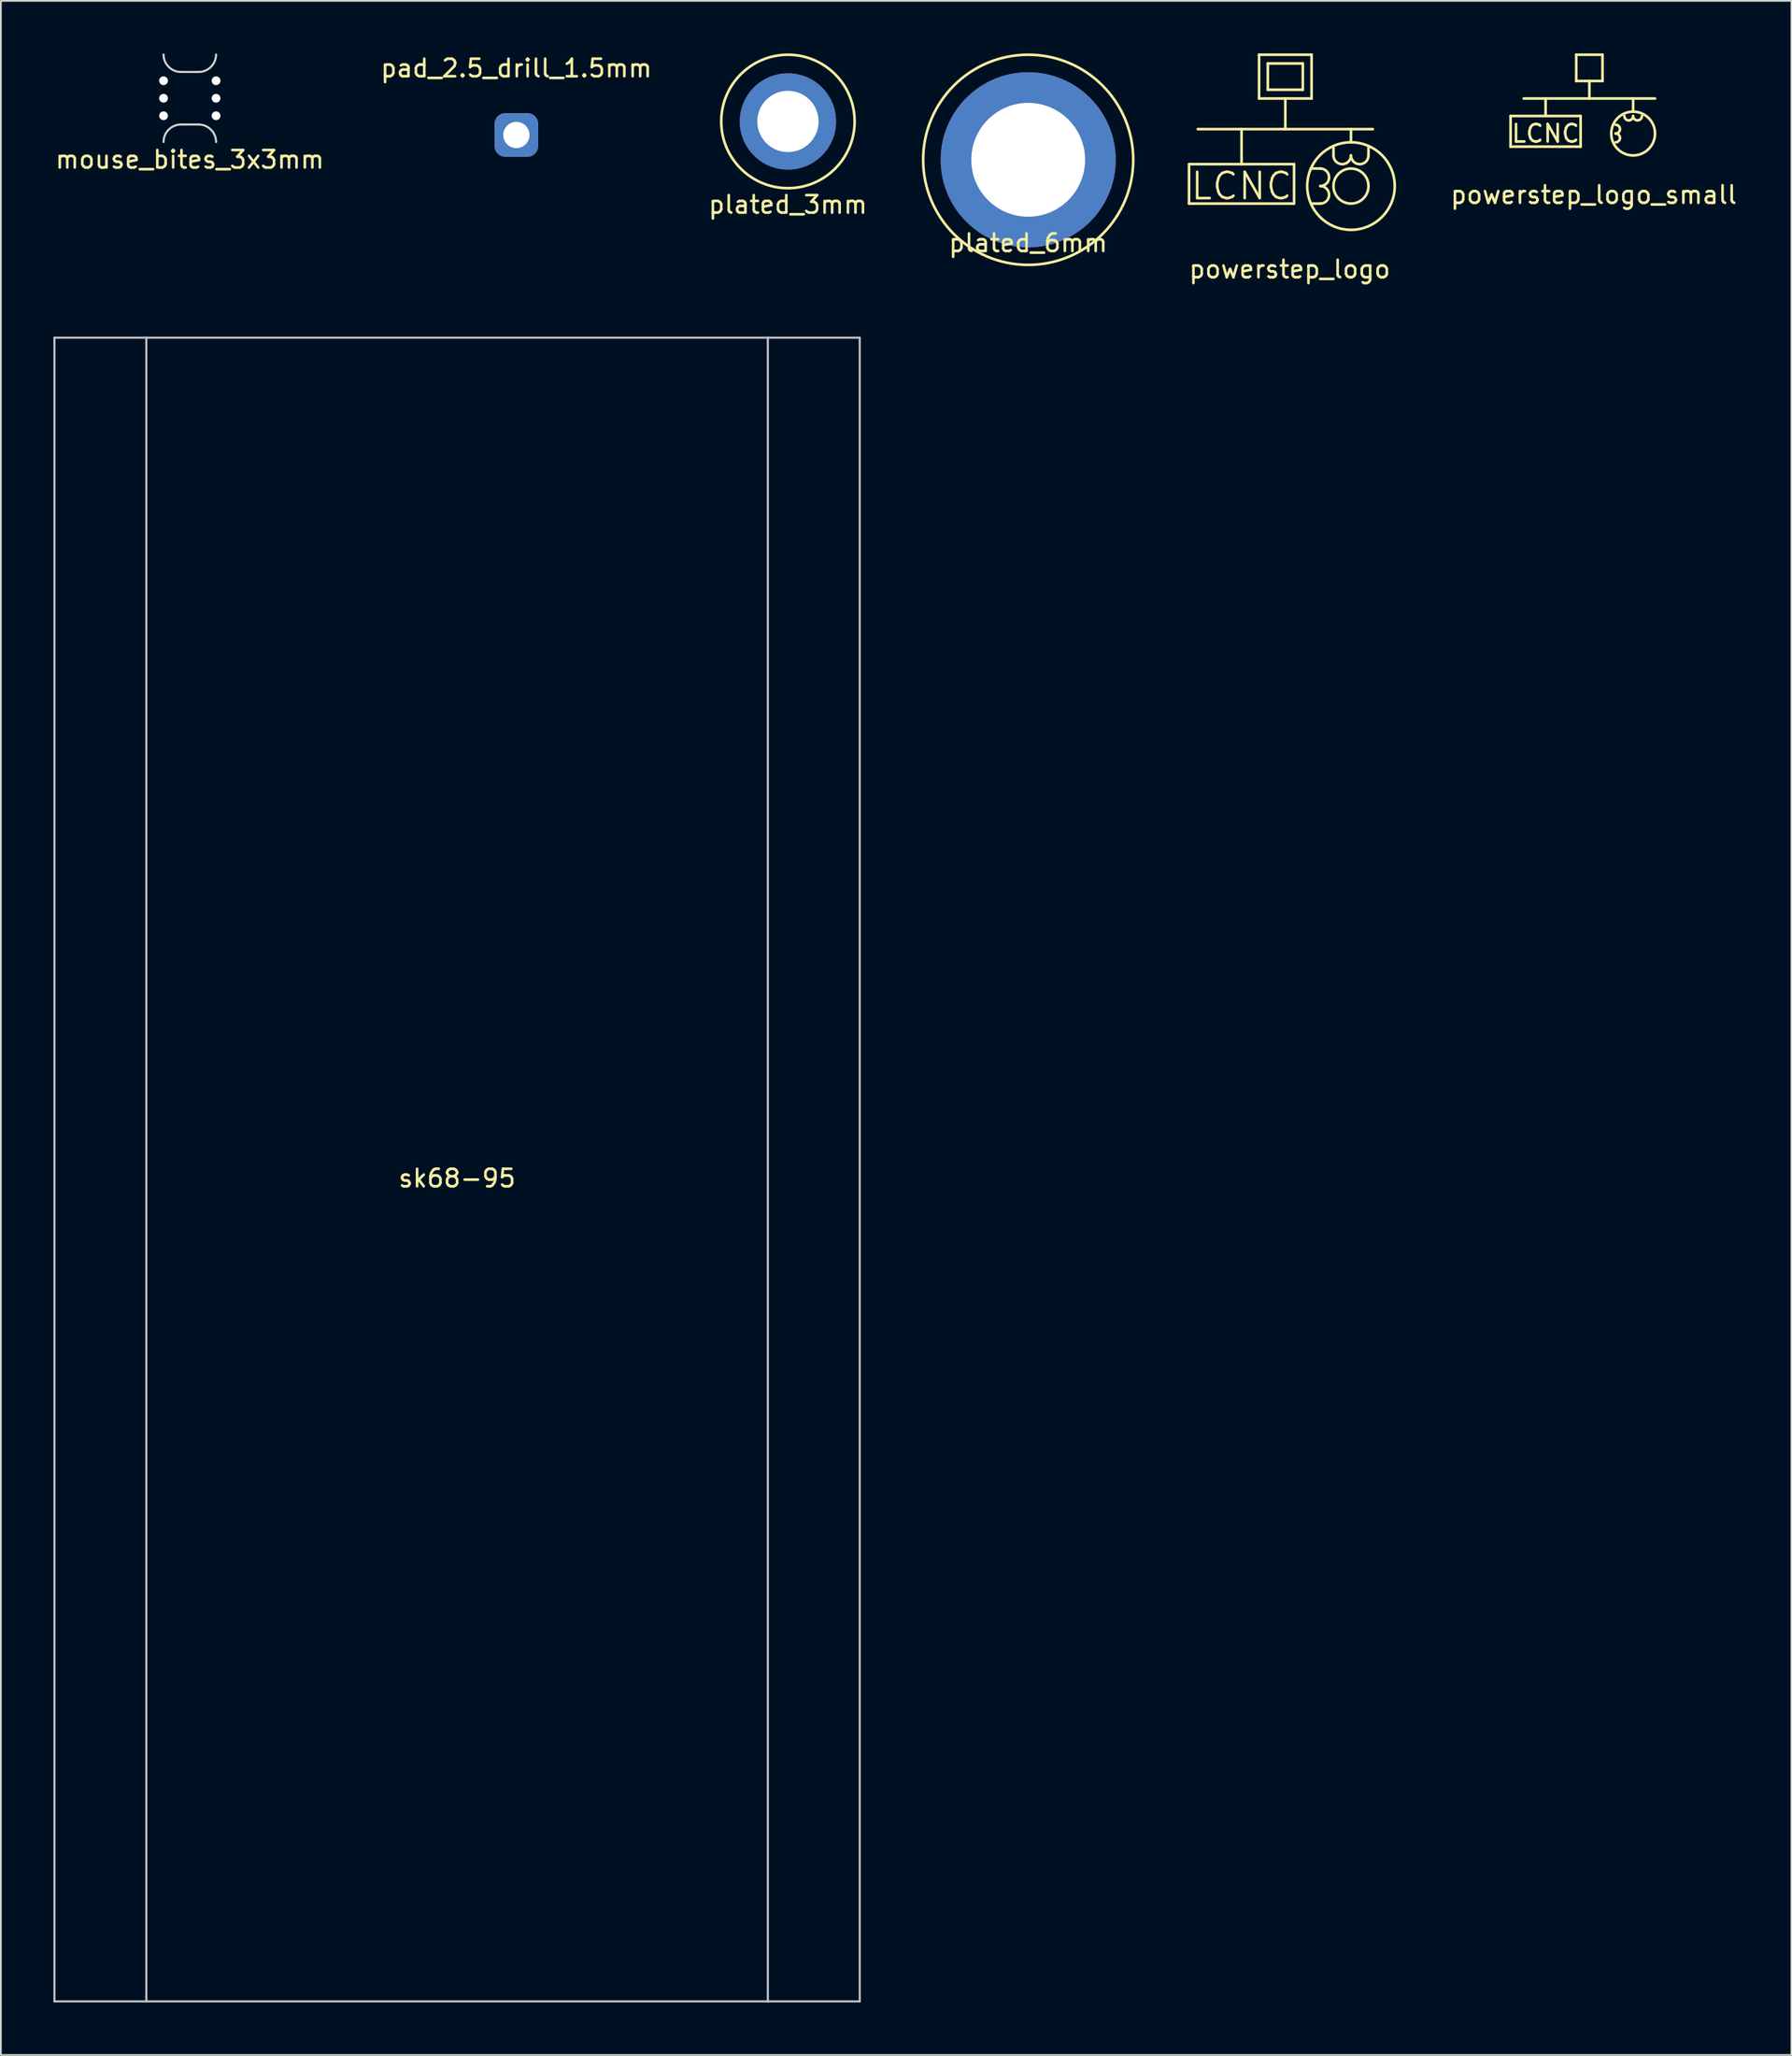
<source format=kicad_pcb>
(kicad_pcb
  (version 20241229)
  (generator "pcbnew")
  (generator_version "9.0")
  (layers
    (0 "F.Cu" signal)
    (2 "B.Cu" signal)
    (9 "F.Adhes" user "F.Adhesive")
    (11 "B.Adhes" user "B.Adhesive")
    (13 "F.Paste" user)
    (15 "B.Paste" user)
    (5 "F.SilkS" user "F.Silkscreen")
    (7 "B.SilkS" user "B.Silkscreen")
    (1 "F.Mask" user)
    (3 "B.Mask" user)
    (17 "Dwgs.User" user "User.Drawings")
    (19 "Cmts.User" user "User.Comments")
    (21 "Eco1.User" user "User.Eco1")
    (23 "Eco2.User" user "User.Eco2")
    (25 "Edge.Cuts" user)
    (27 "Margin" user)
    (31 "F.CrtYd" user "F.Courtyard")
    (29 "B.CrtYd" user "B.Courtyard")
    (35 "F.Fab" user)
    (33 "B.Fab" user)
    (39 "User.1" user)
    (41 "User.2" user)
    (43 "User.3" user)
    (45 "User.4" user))
  (footprint "powerstep_logo"
    (layer "F.Cu")
    (at 70.37 4.325)
    (property "Reference" "powerstep_logo" (at 0.25 8 0) (layer "F.SilkS") (effects (font (size 1 1) (thickness 0.15))))
    (attr through_hole)
    (fp_line (start -5.5 2) (end 0.5 2) (stroke (width 0.15) (type solid)) (layer "F.SilkS"))
    (fp_line (start -5.5 4.25) (end -5.5 2) (stroke (width 0.15) (type solid)) (layer "F.SilkS"))
    (fp_line (start -2.5 2) (end -2.5 0) (stroke (width 0.15) (type solid)) (layer "F.SilkS"))
    (fp_line (start -1.5 -4.25) (end -1.5 -1.75) (stroke (width 0.15) (type solid)) (layer "F.SilkS"))
    (fp_line (start -1.5 -1.75) (end 1.5 -1.75) (stroke (width 0.15) (type solid)) (layer "F.SilkS"))
    (fp_line (start -1 -3.75) (end -1 -2.25) (stroke (width 0.15) (type solid)) (layer "F.SilkS"))
    (fp_line (start -1 -2.25) (end 1 -2.25) (stroke (width 0.15) (type solid)) (layer "F.SilkS"))
    (fp_line (start 0 0) (end 0 -1.75) (stroke (width 0.15) (type solid)) (layer "F.SilkS"))
    (fp_line (start 0.5 2) (end 0.5 4.25) (stroke (width 0.15) (type solid)) (layer "F.SilkS"))
    (fp_line (start 0.5 4.25) (end -5.5 4.25) (stroke (width 0.15) (type solid)) (layer "F.SilkS"))
    (fp_line (start 1 -3.75) (end -1 -3.75) (stroke (width 0.15) (type solid)) (layer "F.SilkS"))
    (fp_line (start 1 -2.25) (end 1 -3.75) (stroke (width 0.15) (type solid)) (layer "F.SilkS"))
    (fp_line (start 1.5 -4.25) (end -1.5 -4.25) (stroke (width 0.15) (type solid)) (layer "F.SilkS"))
    (fp_line (start 1.5 -1.75) (end 1.5 -4.25) (stroke (width 0.15) (type solid)) (layer "F.SilkS"))
    (fp_line (start 2 2.25) (end 1.5 2.25) (stroke (width 0.15) (type solid)) (layer "F.SilkS"))
    (fp_line (start 2 4.25) (end 1.5 4.25) (stroke (width 0.15) (type solid)) (layer "F.SilkS"))
    (fp_line (start 2.75 1.5) (end 2.75 1) (stroke (width 0.15) (type solid)) (layer "F.SilkS"))
    (fp_line (start 3.75 0.75) (end 3.75 0) (stroke (width 0.15) (type solid)) (layer "F.SilkS"))
    (fp_line (start 4.75 1.5) (end 4.75 1) (stroke (width 0.15) (type solid)) (layer "F.SilkS"))
    (fp_line (start 5 0) (end -5 0) (stroke (width 0.15) (type solid)) (layer "F.SilkS"))
    (fp_arc (start 2 2.25) (mid 2.5 2.75) (end 2 3.25) (stroke (width 0.15) (type solid)) (layer "F.SilkS"))
    (fp_arc (start 2 3.25) (mid 2.5 3.75) (end 2 4.25) (stroke (width 0.15) (type solid)) (layer "F.SilkS"))
    (fp_arc (start 3.75 1.5) (mid 3.25 2) (end 2.75 1.5) (stroke (width 0.15) (type solid)) (layer "F.SilkS"))
    (fp_arc (start 4.75 1.5) (mid 4.25 2) (end 3.75 1.5) (stroke (width 0.15) (type solid)) (layer "F.SilkS"))
    (fp_circle (center 3.75 3.25) (end 3.75 2.25) (stroke (width 0.15) (type solid)) (fill no) (layer "F.SilkS"))
    (fp_circle (center 3.75 3.25) (end 6.25 3.25) (stroke (width 0.15) (type solid)) (fill no) (layer "F.SilkS"))
    (fp_text user "LCNC" (at -2.5 3.25 0) (layer "F.SilkS") (effects (font (size 1.5 1.5) (thickness 0.15)))))
  (footprint "plated_6mm"
    (layer "F.Cu")
    (at 55.682 6.075)
    (property "Reference" "plated_6mm" (at 0 4.75 0) (layer "F.SilkS") (effects (font (size 1 1) (thickness 0.15))))
    (fp_circle (center 0 0) (end 6 0) (stroke (width 0.15) (type solid)) (fill no) (layer "F.SilkS"))
    (pad "1" thru_hole circle (at 0 0) (size 10 10) (drill 6.5) (layers "*.Cu" "*.Mask")))
  (footprint "pad_2.5_drill_1.5mm"
    (layer "F.Cu")
    (at 26.446 4.658)
    (property "Reference" "pad_2.5_drill_1.5mm" (at 0 -3.81 0) (layer "F.SilkS") (effects (font (size 1 1) (thickness 0.15))))
    (attr through_hole)
    (pad "1" thru_hole circle (at 0 0) (size 2 2) (drill 1.5) (layers "*.Cu" "*.Mask"))
    (pad "1" smd roundrect (at 0 0) (size 2.5 2.5) (layers "F.Cu" "B.Mask") (roundrect_rratio 0.25))
    (pad "1" smd roundrect (at 0 0) (size 2.5 2.5) (layers "F.Mask" "B.Cu") (roundrect_rratio 0.25)))
  (footprint "powerstep_logo_small"
    (layer "F.Cu")
    (at 87.737 2.575)
    (property "Reference" "powerstep_logo_small" (at 0.25 5.5 0) (layer "F.SilkS") (effects (font (size 1 1) (thickness 0.15))))
    (attr through_hole)
    (fp_line (start -4.5 1) (end -0.5 1) (stroke (width 0.15) (type solid)) (layer "F.SilkS"))
    (fp_line (start -4.5 2.75) (end -4.5 1) (stroke (width 0.15) (type solid)) (layer "F.SilkS"))
    (fp_line (start -3.75 0) (end 3.75 0) (stroke (width 0.15) (type solid)) (layer "F.SilkS"))
    (fp_line (start -2.5 1) (end -2.5 0) (stroke (width 0.15) (type solid)) (layer "F.SilkS"))
    (fp_line (start -0.75 -2.5) (end 0.75 -2.5) (stroke (width 0.15) (type solid)) (layer "F.SilkS"))
    (fp_line (start -0.75 -1) (end -0.75 -2.5) (stroke (width 0.15) (type solid)) (layer "F.SilkS"))
    (fp_line (start -0.5 1) (end -0.5 2.75) (stroke (width 0.15) (type solid)) (layer "F.SilkS"))
    (fp_line (start -0.5 2.75) (end -4.5 2.75) (stroke (width 0.15) (type solid)) (layer "F.SilkS"))
    (fp_line (start 0 -1) (end 0 0) (stroke (width 0.15) (type solid)) (layer "F.SilkS"))
    (fp_line (start 0.75 -2.5) (end 0.75 -1) (stroke (width 0.15) (type solid)) (layer "F.SilkS"))
    (fp_line (start 0.75 -1) (end -0.75 -1) (stroke (width 0.15) (type solid)) (layer "F.SilkS"))
    (fp_line (start 2.5 0) (end 2.5 0.75) (stroke (width 0.15) (type solid)) (layer "F.SilkS"))
    (fp_arc (start 1.5 1.5) (mid 1.75 1.75) (end 1.5 2) (stroke (width 0.15) (type solid)) (layer "F.SilkS"))
    (fp_arc (start 1.5 2) (mid 1.75 2.25) (end 1.5 2.5) (stroke (width 0.15) (type solid)) (layer "F.SilkS"))
    (fp_arc (start 2.5 1) (mid 2.25 1.25) (end 2 1) (stroke (width 0.15) (type solid)) (layer "F.SilkS"))
    (fp_arc (start 3 1) (mid 2.75 1.25) (end 2.5 1) (stroke (width 0.15) (type solid)) (layer "F.SilkS"))
    (fp_circle (center 2.5 2) (end 1.5 1.25) (stroke (width 0.15) (type solid)) (fill no) (layer "F.SilkS"))
    (fp_text user "LCNC" (at -2.5 2 0) (layer "F.SilkS") (effects (font (size 1 1) (thickness 0.15)))))
  (footprint "sk68-95"
    (layer "F.Cu")
    (at 23.06 63.733)
    (property "Reference" "sk68-95" (at 0 0.5 0) (layer "F.SilkS") (effects (font (size 1 1) (thickness 0.15))))
    (attr through_hole)
    (fp_line (start -23 -47.5) (end -23 47.5) (stroke (width 0.12) (type solid)) (layer "Dwgs.User"))
    (fp_line (start -23 -47.5) (end 23 -47.5) (stroke (width 0.12) (type solid)) (layer "Dwgs.User"))
    (fp_line (start -17.75 47.5) (end -17.75 -47.5) (stroke (width 0.12) (type solid)) (layer "Dwgs.User"))
    (fp_line (start 17.75 -47.5) (end 17.75 47.5) (stroke (width 0.12) (type solid)) (layer "Dwgs.User"))
    (fp_line (start 23 -47.5) (end 23 47.5) (stroke (width 0.12) (type solid)) (layer "Dwgs.User"))
    (fp_line (start 23 47.5) (end -23 47.5) (stroke (width 0.12) (type solid)) (layer "Dwgs.User")))
  (footprint "plated_3mm"
    (layer "F.Cu")
    (at 41.958 3.885)
    (property "Reference" "plated_3mm" (at 0 4.75 0) (layer "F.SilkS") (effects (font (size 1 1) (thickness 0.15))))
    (attr through_hole)
    (fp_circle (center 0 0) (end 3.81 0) (stroke (width 0.15) (type solid)) (fill no) (layer "F.SilkS"))
    (pad "1" thru_hole circle (at 0 0) (size 5.5 5.5) (drill 3.5) (layers "*.Cu" "*.Mask")))
  (footprint "mouse_bites_3x3mm"
    (layer "F.Cu")
    (at 7.792 2.56)
    (property "Reference" "mouse_bites_3x3mm" (at 0 3.5 0) (layer "F.SilkS") (effects (font (size 1 1) (thickness 0.15))))
    (attr through_hole)
    (fp_line (start -0.5 -1.5) (end 0.5 -1.5) (stroke (width 0.12) (type solid)) (layer "Edge.Cuts"))
    (fp_line (start -0.5 1.5) (end 0.5 1.5) (stroke (width 0.12) (type solid)) (layer "Edge.Cuts"))
    (fp_arc (start -1.5 2.5) (mid -1.207107 1.792893) (end -0.5 1.5) (stroke (width 0.12) (type solid)) (layer "Edge.Cuts"))
    (fp_arc (start -0.5 -1.5) (mid -1.207107 -1.792893) (end -1.5 -2.5) (stroke (width 0.12) (type solid)) (layer "Edge.Cuts"))
    (fp_arc (start 0.5 1.5) (mid 1.207107 1.792893) (end 1.5 2.5) (stroke (width 0.12) (type solid)) (layer "Edge.Cuts"))
    (fp_arc (start 1.5 -2.5) (mid 1.207107 -1.792893) (end 0.5 -1.5) (stroke (width 0.12) (type solid)) (layer "Edge.Cuts"))
    (pad "" np_thru_hole circle (at -1.5 -1) (size 0.5 0.5) (drill 0.5) (layers "*.Cu" "*.Mask"))
    (pad "" np_thru_hole circle (at -1.5 0) (size 0.5 0.5) (drill 0.5) (layers "*.Cu" "*.Mask"))
    (pad "" np_thru_hole circle (at -1.5 1) (size 0.5 0.5) (drill 0.5) (layers "*.Cu" "*.Mask"))
    (pad "" np_thru_hole circle (at 1.5 -1) (size 0.5 0.5) (drill 0.5) (layers "*.Cu" "*.Mask"))
    (pad "" np_thru_hole circle (at 1.5 0) (size 0.5 0.5) (drill 0.5) (layers "*.Cu" "*.Mask"))
    (pad "" np_thru_hole circle (at 1.5 1) (size 0.5 0.5) (drill 0.5) (layers "*.Cu" "*.Mask")))
  (gr_rect
    (start -3 -3)
    (end 99.279 114.293)
    (stroke (width 0.1) (type default))
    (fill no)
    (layer "Edge.Cuts")))
</source>
